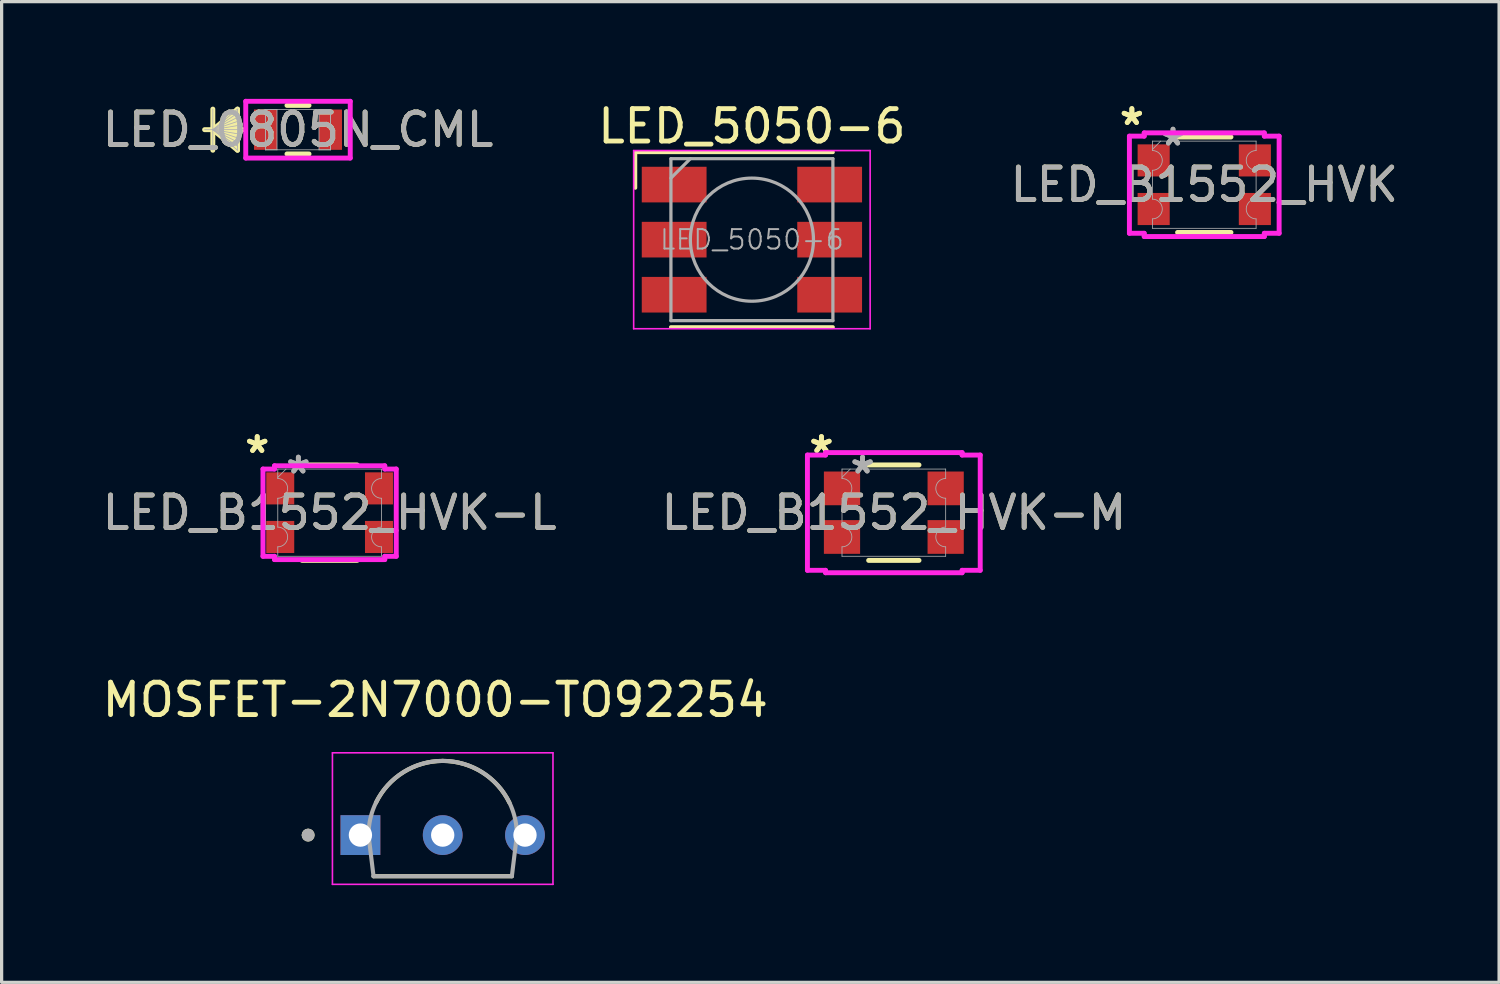
<source format=kicad_pcb>
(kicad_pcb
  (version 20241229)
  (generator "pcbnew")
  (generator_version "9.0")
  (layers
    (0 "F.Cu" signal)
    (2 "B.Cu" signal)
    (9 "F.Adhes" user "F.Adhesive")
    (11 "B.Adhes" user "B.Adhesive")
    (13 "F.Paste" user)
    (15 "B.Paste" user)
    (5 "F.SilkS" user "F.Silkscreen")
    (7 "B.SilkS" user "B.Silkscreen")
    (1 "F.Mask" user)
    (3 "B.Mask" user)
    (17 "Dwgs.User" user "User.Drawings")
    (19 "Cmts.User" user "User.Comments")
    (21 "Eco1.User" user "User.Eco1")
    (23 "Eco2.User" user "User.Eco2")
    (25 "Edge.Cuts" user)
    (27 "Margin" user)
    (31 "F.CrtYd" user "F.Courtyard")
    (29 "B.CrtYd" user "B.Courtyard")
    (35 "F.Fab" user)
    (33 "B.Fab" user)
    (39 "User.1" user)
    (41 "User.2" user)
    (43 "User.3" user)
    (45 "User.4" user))
  (footprint "LED_B1552_HVK-M"
    (layer "F.Cu")
    (at 24.542 12.776)
    (property "Reference" "LED_B1552_HVK-M" (at 0 0 0) (unlocked yes) (layer "F.SilkS") (effects (font (size 1 1) (thickness 0.15))))
    (attr smd)
    (fp_line (start -0.777 -1.473) (end 0.777 -1.473) (stroke (width 0.152) (type solid)) (layer "F.SilkS"))
    (fp_line (start -0.777 1.473) (end 0.777 1.473) (stroke (width 0.152) (type solid)) (layer "F.SilkS"))
    (fp_line (start -2.667 -1.779) (end -2.108 -1.779) (stroke (width 0.152) (type solid)) (layer "F.CrtYd"))
    (fp_line (start -2.667 1.779) (end -2.667 -1.779) (stroke (width 0.152) (type solid)) (layer "F.CrtYd"))
    (fp_line (start -2.667 1.779) (end -2.108 1.779) (stroke (width 0.152) (type solid)) (layer "F.CrtYd"))
    (fp_line (start -2.108 -1.854) (end 2.108 -1.854) (stroke (width 0.152) (type solid)) (layer "F.CrtYd"))
    (fp_line (start -2.108 -1.779) (end -2.108 -1.854) (stroke (width 0.152) (type solid)) (layer "F.CrtYd"))
    (fp_line (start -2.108 1.854) (end -2.108 1.779) (stroke (width 0.152) (type solid)) (layer "F.CrtYd"))
    (fp_line (start 2.108 -1.854) (end 2.108 -1.779) (stroke (width 0.152) (type solid)) (layer "F.CrtYd"))
    (fp_line (start 2.108 1.779) (end 2.108 1.854) (stroke (width 0.152) (type solid)) (layer "F.CrtYd"))
    (fp_line (start 2.108 1.854) (end -2.108 1.854) (stroke (width 0.152) (type solid)) (layer "F.CrtYd"))
    (fp_line (start 2.667 -1.779) (end 2.108 -1.779) (stroke (width 0.152) (type solid)) (layer "F.CrtYd"))
    (fp_line (start 2.667 -1.779) (end 2.667 1.779) (stroke (width 0.152) (type solid)) (layer "F.CrtYd"))
    (fp_line (start 2.667 1.779) (end 2.108 1.779) (stroke (width 0.152) (type solid)) (layer "F.CrtYd"))
    (fp_line (start -1.6 -1.346) (end 1.6 -1.346) (stroke (width 0.025) (type solid)) (layer "F.Fab"))
    (fp_line (start -1.6 -1.055) (end -1.6 -1.346) (stroke (width 0.025) (type solid)) (layer "F.Fab"))
    (fp_line (start -1.6 -0.445) (end -1.6 0.445) (stroke (width 0.025) (type solid)) (layer "F.Fab"))
    (fp_line (start -1.6 1.055) (end -1.6 1.346) (stroke (width 0.025) (type solid)) (layer "F.Fab"))
    (fp_line (start -1.6 1.346) (end 1.6 1.346) (stroke (width 0.025) (type solid)) (layer "F.Fab"))
    (fp_line (start -1.346 -1.346) (end -1.6 -1.092) (stroke (width 0.025) (type solid)) (layer "F.Fab"))
    (fp_line (start 1.6 -1.055) (end 1.6 -1.346) (stroke (width 0.025) (type solid)) (layer "F.Fab"))
    (fp_line (start 1.6 -0.445) (end 1.6 0.445) (stroke (width 0.025) (type solid)) (layer "F.Fab"))
    (fp_line (start 1.6 1.055) (end 1.6 1.346) (stroke (width 0.025) (type solid)) (layer "F.Fab"))
    (fp_arc (start -1.6002 -1.054801) (mid -1.2954 -0.750001) (end -1.6002 -0.445201) (stroke (width 0.0254) (type solid)) (layer "F.Fab"))
    (fp_arc (start -1.6002 0.445201) (mid -1.2954 0.750001) (end -1.6002 1.054801) (stroke (width 0.0254) (type solid)) (layer "F.Fab"))
    (fp_arc (start 1.6002 -0.445201) (mid 1.2954 -0.750001) (end 1.6002 -1.054801) (stroke (width 0.0254) (type solid)) (layer "F.Fab"))
    (fp_arc (start 1.6002 1.054801) (mid 1.2954 0.750001) (end 1.6002 0.445201) (stroke (width 0.0254) (type solid)) (layer "F.Fab"))
    (fp_text user "*" (at -2.235 -1.804 0) (layer "F.SilkS") (effects (font (size 1 1) (thickness 0.15))))
    (fp_text user "*" (at -2.235 -1.804 0) (unlocked yes) (layer "F.SilkS") (effects (font (size 1 1) (thickness 0.15))))
    (fp_text user "*" (at -0.965 -1.169 0) (unlocked yes) (layer "F.Fab") (effects (font (size 1 1) (thickness 0.15))))
    (fp_text user "${REFERENCE}" (at 0 0 0) (unlocked yes) (layer "F.Fab") (effects (font (size 1 1) (thickness 0.15))))
    (fp_text user "*" (at -0.965 -1.169 0) (layer "F.Fab") (effects (font (size 1 1) (thickness 0.15))))
    (pad "1" smd rect (at -1.6 -0.75) (size 1.118 1.041) (layers "F.Cu" "F.Mask" "F.Paste"))
    (pad "2" smd rect (at -1.6 0.75) (size 1.118 1.041) (layers "F.Cu" "F.Mask" "F.Paste"))
    (pad "3" smd rect (at 1.6 0.75) (size 1.118 1.041) (layers "F.Cu" "F.Mask" "F.Paste"))
    (pad "4" smd rect (at 1.6 -0.75) (size 1.118 1.041) (layers "F.Cu" "F.Mask" "F.Paste")))
  (footprint "MOSFET-2N7000-TO92254"
    (layer "F.Cu")
    (at 10.616 22.729)
    (property "Reference" "MOSFET-2N7000-TO92254" (at -0.229 -4.175 0) (layer "F.SilkS") (effects (font (size 1 1) (thickness 0.15))))
    (attr through_hole)
    (fp_line (start -2.135 1.27) (end 2.135 1.27) (stroke (width 0.127) (type solid)) (layer "F.SilkS"))
    (fp_arc (start -2.06 -1) (mid -1.21495 -1.940348) (end 0.000001 -2.29) (stroke (width 0.127) (type solid)) (layer "F.SilkS"))
    (fp_arc (start -0.000001 -2.29) (mid 1.21495 -1.940348) (end 2.06 -1) (stroke (width 0.127) (type solid)) (layer "F.SilkS"))
    (fp_circle (center -4.154 0) (end -4.054 0) (stroke (width 0.2) (type solid)) (fill no) (layer "F.SilkS"))
    (fp_line (start -3.404 -2.54) (end -3.404 1.52) (stroke (width 0.05) (type solid)) (layer "F.CrtYd"))
    (fp_line (start -3.404 1.52) (end 3.404 1.52) (stroke (width 0.05) (type solid)) (layer "F.CrtYd"))
    (fp_line (start 3.404 -2.54) (end -3.404 -2.54) (stroke (width 0.05) (type solid)) (layer "F.CrtYd"))
    (fp_line (start 3.404 1.52) (end 3.404 -2.54) (stroke (width 0.05) (type solid)) (layer "F.CrtYd"))
    (fp_line (start -2.29 0) (end -2.135 1.27) (stroke (width 0.127) (type solid)) (layer "F.Fab"))
    (fp_line (start -2.135 1.27) (end 2.135 1.27) (stroke (width 0.127) (type solid)) (layer "F.Fab"))
    (fp_line (start 2.29 0) (end 2.135 1.27) (stroke (width 0.127) (type solid)) (layer "F.Fab"))
    (fp_arc (start -2.29 0) (mid 0 -2.29) (end 2.29 0) (stroke (width 0.127) (type solid)) (layer "F.Fab"))
    (fp_circle (center -4.154 0) (end -4.054 0) (stroke (width 0.2) (type solid)) (fill no) (layer "F.Fab"))
    (pad "1" thru_hole rect (at -2.54 0) (size 1.228 1.228) (drill 0.72) (layers "*.Cu" "*.Mask"))
    (pad "2" thru_hole circle (at 0 0) (size 1.228 1.228) (drill 0.72) (layers "*.Cu" "*.Mask"))
    (pad "3" thru_hole circle (at 2.54 0) (size 1.228 1.228) (drill 0.72) (layers "*.Cu" "*.Mask")))
  (footprint "LED_0805N_CML"
    (layer "F.Cu")
    (at 6.149 0.953)
    (property "Reference" "LED_0805N_CML" (at 0 0 0) (unlocked yes) (layer "F.SilkS") (effects (font (size 1 1) (thickness 0.15))))
    (attr smd)
    (fp_line (start -2.629 -0.635) (end -2.629 0.635) (stroke (width 0.152) (type solid)) (layer "F.SilkS"))
    (fp_line (start -2.629 0) (end -1.867 -0.635) (stroke (width 0.152) (type solid)) (layer "F.SilkS"))
    (fp_line (start -2.629 0) (end -1.867 -0.508) (stroke (width 0.152) (type solid)) (layer "F.SilkS"))
    (fp_line (start -2.629 0) (end -1.867 -0.381) (stroke (width 0.152) (type solid)) (layer "F.SilkS"))
    (fp_line (start -2.629 0) (end -1.867 -0.254) (stroke (width 0.152) (type solid)) (layer "F.SilkS"))
    (fp_line (start -2.629 0) (end -1.867 -0.127) (stroke (width 0.152) (type solid)) (layer "F.SilkS"))
    (fp_line (start -2.629 0) (end -1.867 0.127) (stroke (width 0.152) (type solid)) (layer "F.SilkS"))
    (fp_line (start -2.629 0) (end -1.867 0.254) (stroke (width 0.152) (type solid)) (layer "F.SilkS"))
    (fp_line (start -2.629 0) (end -1.867 0.381) (stroke (width 0.152) (type solid)) (layer "F.SilkS"))
    (fp_line (start -2.629 0) (end -1.867 0.508) (stroke (width 0.152) (type solid)) (layer "F.SilkS"))
    (fp_line (start -2.629 0) (end -1.867 0.635) (stroke (width 0.152) (type solid)) (layer "F.SilkS"))
    (fp_line (start -1.867 -0.635) (end -1.867 0.635) (stroke (width 0.152) (type solid)) (layer "F.SilkS"))
    (fp_line (start -1.692 0) (end -2.883 0) (stroke (width 0.152) (type solid)) (layer "F.SilkS"))
    (fp_line (start -0.34 0.749) (end 0.34 0.749) (stroke (width 0.152) (type solid)) (layer "F.SilkS"))
    (fp_line (start 0.34 -0.749) (end -0.34 -0.749) (stroke (width 0.152) (type solid)) (layer "F.SilkS"))
    (fp_line (start -1.613 -0.876) (end 1.613 -0.876) (stroke (width 0.152) (type solid)) (layer "F.CrtYd"))
    (fp_line (start -1.613 0.876) (end -1.613 -0.876) (stroke (width 0.152) (type solid)) (layer "F.CrtYd"))
    (fp_line (start 1.613 -0.876) (end 1.613 0.876) (stroke (width 0.152) (type solid)) (layer "F.CrtYd"))
    (fp_line (start 1.613 0.876) (end -1.613 0.876) (stroke (width 0.152) (type solid)) (layer "F.CrtYd"))
    (fp_line (start -2.629 -0.635) (end -2.629 0.635) (stroke (width 0.025) (type solid)) (layer "F.Fab"))
    (fp_line (start -2.629 0) (end -1.867 -0.635) (stroke (width 0.025) (type solid)) (layer "F.Fab"))
    (fp_line (start -2.629 0) (end -1.867 -0.508) (stroke (width 0.025) (type solid)) (layer "F.Fab"))
    (fp_line (start -2.629 0) (end -1.867 -0.381) (stroke (width 0.025) (type solid)) (layer "F.Fab"))
    (fp_line (start -2.629 0) (end -1.867 -0.254) (stroke (width 0.025) (type solid)) (layer "F.Fab"))
    (fp_line (start -2.629 0) (end -1.867 -0.127) (stroke (width 0.025) (type solid)) (layer "F.Fab"))
    (fp_line (start -2.629 0) (end -1.867 0.127) (stroke (width 0.025) (type solid)) (layer "F.Fab"))
    (fp_line (start -2.629 0) (end -1.867 0.254) (stroke (width 0.025) (type solid)) (layer "F.Fab"))
    (fp_line (start -2.629 0) (end -1.867 0.381) (stroke (width 0.025) (type solid)) (layer "F.Fab"))
    (fp_line (start -2.629 0) (end -1.867 0.508) (stroke (width 0.025) (type solid)) (layer "F.Fab"))
    (fp_line (start -2.629 0) (end -1.867 0.635) (stroke (width 0.025) (type solid)) (layer "F.Fab"))
    (fp_line (start -1.867 -0.635) (end -1.867 0.635) (stroke (width 0.025) (type solid)) (layer "F.Fab"))
    (fp_line (start -1.613 0) (end -2.883 0) (stroke (width 0.025) (type solid)) (layer "F.Fab"))
    (fp_line (start -1.003 -0.622) (end -1.003 0.622) (stroke (width 0.025) (type solid)) (layer "F.Fab"))
    (fp_line (start -1.003 -0.622) (end -1.003 0.622) (stroke (width 0.025) (type solid)) (layer "F.Fab"))
    (fp_line (start -1.003 0.622) (end -0.648 0.622) (stroke (width 0.025) (type solid)) (layer "F.Fab"))
    (fp_line (start -1.003 0.622) (end 1.003 0.622) (stroke (width 0.025) (type solid)) (layer "F.Fab"))
    (fp_line (start -0.648 -0.622) (end -1.003 -0.622) (stroke (width 0.025) (type solid)) (layer "F.Fab"))
    (fp_line (start -0.648 0.622) (end -0.648 -0.622) (stroke (width 0.025) (type solid)) (layer "F.Fab"))
    (fp_line (start 0.648 -0.622) (end 0.648 0.622) (stroke (width 0.025) (type solid)) (layer "F.Fab"))
    (fp_line (start 0.648 0.622) (end 1.003 0.622) (stroke (width 0.025) (type solid)) (layer "F.Fab"))
    (fp_line (start 1.003 -0.622) (end -1.003 -0.622) (stroke (width 0.025) (type solid)) (layer "F.Fab"))
    (fp_line (start 1.003 -0.622) (end 0.648 -0.622) (stroke (width 0.025) (type solid)) (layer "F.Fab"))
    (fp_line (start 1.003 0.622) (end 1.003 -0.622) (stroke (width 0.025) (type solid)) (layer "F.Fab"))
    (fp_line (start 1.003 0.622) (end 1.003 -0.622) (stroke (width 0.025) (type solid)) (layer "F.Fab"))
    (fp_text user "${REFERENCE}" (at 0 0 0) (unlocked yes) (layer "F.Fab") (effects (font (size 1 1) (thickness 0.15))))
    (pad "1" smd rect (at -1.003 0) (size 0.711 1.245) (layers "F.Cu" "F.Mask" "F.Paste"))
    (pad "2" smd rect (at 1.003 0) (size 0.711 1.245) (layers "F.Cu" "F.Mask" "F.Paste"))
    (zone (net_name "") (layer "F.Cu") (hatch full 0.508) (connect_pads) (min_thickness 0.254) (filled_areas_thickness no) (keepout (tracks not_allowed) (vias not_allowed) (pads allowed) (copperpour not_allowed) (footprints allowed)) (placement (enabled no)) (fill) (polygon (pts (xy 5.552 0.381) (xy 6.746 0.381) (xy 6.746 1.524) (xy 5.552 1.524)))))
  (footprint "LED_5050-6"
    (layer "F.Cu")
    (at 20.161 4.348)
    (property "Reference" "LED_5050-6" (at 0 -3.5 180) (layer "F.SilkS") (effects (font (size 1 1) (thickness 0.15))))
    (attr smd)
    (fp_line (start -3.6 -2.7) (end 2.5 -2.7) (stroke (width 0.12) (type solid)) (layer "F.SilkS"))
    (fp_line (start -3.6 -1.6) (end -3.6 -2.7) (stroke (width 0.12) (type solid)) (layer "F.SilkS"))
    (fp_line (start 2.5 2.7) (end -2.5 2.7) (stroke (width 0.12) (type solid)) (layer "F.SilkS"))
    (fp_line (start -3.65 -2.75) (end -3.65 2.75) (stroke (width 0.05) (type solid)) (layer "F.CrtYd"))
    (fp_line (start -3.65 2.75) (end 3.65 2.75) (stroke (width 0.05) (type solid)) (layer "F.CrtYd"))
    (fp_line (start 3.65 -2.75) (end -3.65 -2.75) (stroke (width 0.05) (type solid)) (layer "F.CrtYd"))
    (fp_line (start 3.65 2.75) (end 3.65 -2.75) (stroke (width 0.05) (type solid)) (layer "F.CrtYd"))
    (fp_line (start -2.5 -2.5) (end -2.5 2.5) (stroke (width 0.1) (type solid)) (layer "F.Fab"))
    (fp_line (start -2.5 -1.9) (end -1.9 -2.5) (stroke (width 0.1) (type solid)) (layer "F.Fab"))
    (fp_line (start -2.5 2.5) (end 2.5 2.5) (stroke (width 0.1) (type solid)) (layer "F.Fab"))
    (fp_line (start 2.5 -2.5) (end -2.5 -2.5) (stroke (width 0.1) (type solid)) (layer "F.Fab"))
    (fp_line (start 2.5 2.5) (end 2.5 -2.5) (stroke (width 0.1) (type solid)) (layer "F.Fab"))
    (fp_circle (center 0 0) (end 0 -1.9) (stroke (width 0.1) (type solid)) (fill no) (layer "F.Fab"))
    (fp_text user "${REFERENCE}" (at 0 0 0) (layer "F.Fab") (effects (font (size 0.6 0.6) (thickness 0.06))))
    (pad "1" smd rect (at -2.4 -1.7 90) (size 1.1 2) (layers "F.Cu" "F.Mask" "F.Paste"))
    (pad "2" smd rect (at -2.4 0 90) (size 1.1 2) (layers "F.Cu" "F.Mask" "F.Paste"))
    (pad "3" smd rect (at -2.4 1.7 90) (size 1.1 2) (layers "F.Cu" "F.Mask" "F.Paste"))
    (pad "4" smd rect (at 2.4 1.7 90) (size 1.1 2) (layers "F.Cu" "F.Mask" "F.Paste"))
    (pad "5" smd rect (at 2.4 0 90) (size 1.1 2) (layers "F.Cu" "F.Mask" "F.Paste"))
    (pad "6" smd rect (at 2.4 -1.7 90) (size 1.1 2) (layers "F.Cu" "F.Mask" "F.Paste")))
  (footprint "LED_B1552_HVK-L"
    (layer "F.Cu")
    (at 7.125 12.776)
    (property "Reference" "LED_B1552_HVK-L" (at 0 0 0) (unlocked yes) (layer "F.SilkS") (effects (font (size 1 1) (thickness 0.15))))
    (attr smd)
    (fp_line (start -0.85 -1.473) (end 0.85 -1.473) (stroke (width 0.152) (type solid)) (layer "F.SilkS"))
    (fp_line (start -0.85 1.473) (end 0.85 1.473) (stroke (width 0.152) (type solid)) (layer "F.SilkS"))
    (fp_line (start -2.057 -1.347) (end -1.702 -1.347) (stroke (width 0.152) (type solid)) (layer "F.CrtYd"))
    (fp_line (start -2.057 1.347) (end -2.057 -1.347) (stroke (width 0.152) (type solid)) (layer "F.CrtYd"))
    (fp_line (start -2.057 1.347) (end -1.702 1.347) (stroke (width 0.152) (type solid)) (layer "F.CrtYd"))
    (fp_line (start -1.702 -1.448) (end 1.702 -1.448) (stroke (width 0.152) (type solid)) (layer "F.CrtYd"))
    (fp_line (start -1.702 -1.347) (end -1.702 -1.448) (stroke (width 0.152) (type solid)) (layer "F.CrtYd"))
    (fp_line (start -1.702 1.448) (end -1.702 1.347) (stroke (width 0.152) (type solid)) (layer "F.CrtYd"))
    (fp_line (start 1.702 -1.448) (end 1.702 -1.347) (stroke (width 0.152) (type solid)) (layer "F.CrtYd"))
    (fp_line (start 1.702 1.347) (end 1.702 1.448) (stroke (width 0.152) (type solid)) (layer "F.CrtYd"))
    (fp_line (start 1.702 1.448) (end -1.702 1.448) (stroke (width 0.152) (type solid)) (layer "F.CrtYd"))
    (fp_line (start 2.057 -1.347) (end 1.702 -1.347) (stroke (width 0.152) (type solid)) (layer "F.CrtYd"))
    (fp_line (start 2.057 -1.347) (end 2.057 1.347) (stroke (width 0.152) (type solid)) (layer "F.CrtYd"))
    (fp_line (start 2.057 1.347) (end 1.702 1.347) (stroke (width 0.152) (type solid)) (layer "F.CrtYd"))
    (fp_line (start -1.6 -1.346) (end 1.6 -1.346) (stroke (width 0.025) (type solid)) (layer "F.Fab"))
    (fp_line (start -1.6 -1.055) (end -1.6 -1.346) (stroke (width 0.025) (type solid)) (layer "F.Fab"))
    (fp_line (start -1.6 -0.445) (end -1.6 0.445) (stroke (width 0.025) (type solid)) (layer "F.Fab"))
    (fp_line (start -1.6 1.055) (end -1.6 1.346) (stroke (width 0.025) (type solid)) (layer "F.Fab"))
    (fp_line (start -1.6 1.346) (end 1.6 1.346) (stroke (width 0.025) (type solid)) (layer "F.Fab"))
    (fp_line (start -1.346 -1.346) (end -1.6 -1.092) (stroke (width 0.025) (type solid)) (layer "F.Fab"))
    (fp_line (start 1.6 -1.055) (end 1.6 -1.346) (stroke (width 0.025) (type solid)) (layer "F.Fab"))
    (fp_line (start 1.6 -0.445) (end 1.6 0.445) (stroke (width 0.025) (type solid)) (layer "F.Fab"))
    (fp_line (start 1.6 1.055) (end 1.6 1.346) (stroke (width 0.025) (type solid)) (layer "F.Fab"))
    (fp_arc (start -1.6002 -1.054801) (mid -1.2954 -0.750001) (end -1.6002 -0.445201) (stroke (width 0.0254) (type solid)) (layer "F.Fab"))
    (fp_arc (start -1.6002 0.445201) (mid -1.2954 0.750001) (end -1.6002 1.054801) (stroke (width 0.0254) (type solid)) (layer "F.Fab"))
    (fp_arc (start 1.6002 -0.445201) (mid 1.2954 -0.750001) (end 1.6002 -1.054801) (stroke (width 0.0254) (type solid)) (layer "F.Fab"))
    (fp_arc (start 1.6002 1.054801) (mid 1.2954 0.750001) (end 1.6002 0.445201) (stroke (width 0.0254) (type solid)) (layer "F.Fab"))
    (fp_text user "*" (at -2.235 -1.804 0) (layer "F.SilkS") (effects (font (size 1 1) (thickness 0.15))))
    (fp_text user "*" (at -2.235 -1.804 0) (unlocked yes) (layer "F.SilkS") (effects (font (size 1 1) (thickness 0.15))))
    (fp_text user "*" (at -0.965 -1.169 0) (layer "F.Fab") (effects (font (size 1 1) (thickness 0.15))))
    (fp_text user "${REFERENCE}" (at 0 0 0) (unlocked yes) (layer "F.Fab") (effects (font (size 1 1) (thickness 0.15))))
    (fp_text user "*" (at -0.965 -1.169 0) (unlocked yes) (layer "F.Fab") (effects (font (size 1 1) (thickness 0.15))))
    (pad "1" smd rect (at -1.524 -0.75) (size 0.864 0.991) (layers "F.Cu" "F.Mask" "F.Paste"))
    (pad "2" smd rect (at -1.524 0.75) (size 0.864 0.991) (layers "F.Cu" "F.Mask" "F.Paste"))
    (pad "3" smd rect (at 1.524 -0.75) (size 0.864 0.991) (layers "F.Cu" "F.Mask" "F.Paste"))
    (pad "4" smd rect (at 1.524 0.75) (size 0.864 0.991) (layers "F.Cu" "F.Mask" "F.Paste")))
  (footprint "LED_B1552_HVK"
    (layer "F.Cu")
    (at 34.125 2.652)
    (property "Reference" "LED_B1552_HVK" (at 0 0 0) (unlocked yes) (layer "F.SilkS") (effects (font (size 1 1) (thickness 0.15))))
    (attr smd)
    (fp_line (start -0.824 -1.473) (end 0.824 -1.473) (stroke (width 0.152) (type solid)) (layer "F.SilkS"))
    (fp_line (start -0.824 1.473) (end 0.824 1.473) (stroke (width 0.152) (type solid)) (layer "F.SilkS"))
    (fp_line (start -2.311 -1.499) (end -1.854 -1.499) (stroke (width 0.152) (type solid)) (layer "F.CrtYd"))
    (fp_line (start -2.311 1.499) (end -2.311 -1.499) (stroke (width 0.152) (type solid)) (layer "F.CrtYd"))
    (fp_line (start -2.311 1.499) (end -1.854 1.499) (stroke (width 0.152) (type solid)) (layer "F.CrtYd"))
    (fp_line (start -1.854 -1.6) (end 1.854 -1.6) (stroke (width 0.152) (type solid)) (layer "F.CrtYd"))
    (fp_line (start -1.854 -1.499) (end -1.854 -1.6) (stroke (width 0.152) (type solid)) (layer "F.CrtYd"))
    (fp_line (start -1.854 1.6) (end -1.854 1.499) (stroke (width 0.152) (type solid)) (layer "F.CrtYd"))
    (fp_line (start 1.854 -1.6) (end 1.854 -1.499) (stroke (width 0.152) (type solid)) (layer "F.CrtYd"))
    (fp_line (start 1.854 1.499) (end 1.854 1.6) (stroke (width 0.152) (type solid)) (layer "F.CrtYd"))
    (fp_line (start 1.854 1.6) (end -1.854 1.6) (stroke (width 0.152) (type solid)) (layer "F.CrtYd"))
    (fp_line (start 2.311 -1.499) (end 1.854 -1.499) (stroke (width 0.152) (type solid)) (layer "F.CrtYd"))
    (fp_line (start 2.311 -1.499) (end 2.311 1.499) (stroke (width 0.152) (type solid)) (layer "F.CrtYd"))
    (fp_line (start 2.311 1.499) (end 1.854 1.499) (stroke (width 0.152) (type solid)) (layer "F.CrtYd"))
    (fp_line (start -1.6 -1.346) (end 1.6 -1.346) (stroke (width 0.025) (type solid)) (layer "F.Fab"))
    (fp_line (start -1.6 -1.055) (end -1.6 -1.346) (stroke (width 0.025) (type solid)) (layer "F.Fab"))
    (fp_line (start -1.6 -0.445) (end -1.6 0.445) (stroke (width 0.025) (type solid)) (layer "F.Fab"))
    (fp_line (start -1.6 1.055) (end -1.6 1.346) (stroke (width 0.025) (type solid)) (layer "F.Fab"))
    (fp_line (start -1.6 1.346) (end 1.6 1.346) (stroke (width 0.025) (type solid)) (layer "F.Fab"))
    (fp_line (start -1.346 -1.346) (end -1.6 -1.092) (stroke (width 0.025) (type solid)) (layer "F.Fab"))
    (fp_line (start 1.6 -1.055) (end 1.6 -1.346) (stroke (width 0.025) (type solid)) (layer "F.Fab"))
    (fp_line (start 1.6 -0.445) (end 1.6 0.445) (stroke (width 0.025) (type solid)) (layer "F.Fab"))
    (fp_line (start 1.6 1.055) (end 1.6 1.346) (stroke (width 0.025) (type solid)) (layer "F.Fab"))
    (fp_arc (start -1.6002 -1.054801) (mid -1.2954 -0.750001) (end -1.6002 -0.445201) (stroke (width 0.0254) (type solid)) (layer "F.Fab"))
    (fp_arc (start -1.6002 0.445201) (mid -1.2954 0.750001) (end -1.6002 1.054801) (stroke (width 0.0254) (type solid)) (layer "F.Fab"))
    (fp_arc (start 1.6002 -0.445201) (mid 1.2954 -0.750001) (end 1.6002 -1.054801) (stroke (width 0.0254) (type solid)) (layer "F.Fab"))
    (fp_arc (start 1.6002 1.054801) (mid 1.2954 0.750001) (end 1.6002 0.445201) (stroke (width 0.0254) (type solid)) (layer "F.Fab"))
    (fp_text user "*" (at -2.235 -1.804 0) (unlocked yes) (layer "F.SilkS") (effects (font (size 1 1) (thickness 0.15))))
    (fp_text user "*" (at -2.235 -1.804 0) (layer "F.SilkS") (effects (font (size 1 1) (thickness 0.15))))
    (fp_text user "*" (at -0.965 -1.169 0) (unlocked yes) (layer "F.Fab") (effects (font (size 1 1) (thickness 0.15))))
    (fp_text user "${REFERENCE}" (at 0 0 0) (unlocked yes) (layer "F.Fab") (effects (font (size 1 1) (thickness 0.15))))
    (fp_text user "*" (at -0.965 -1.169 0) (layer "F.Fab") (effects (font (size 1 1) (thickness 0.15))))
    (pad "1" smd rect (at -1.562 -0.75) (size 0.991 0.991) (layers "F.Cu" "F.Mask" "F.Paste"))
    (pad "2" smd rect (at -1.562 0.75) (size 0.991 0.991) (layers "F.Cu" "F.Mask" "F.Paste"))
    (pad "3" smd rect (at 1.562 -0.75) (size 0.991 0.991) (layers "F.Cu" "F.Mask" "F.Paste"))
    (pad "4" smd rect (at 1.562 0.75) (size 0.991 0.991) (layers "F.Cu" "F.Mask" "F.Paste")))
  (gr_rect
    (start -3 -3)
    (end 43.226 27.274)
    (stroke (width 0.1) (type default))
    (fill no)
    (layer "Edge.Cuts")))
</source>
